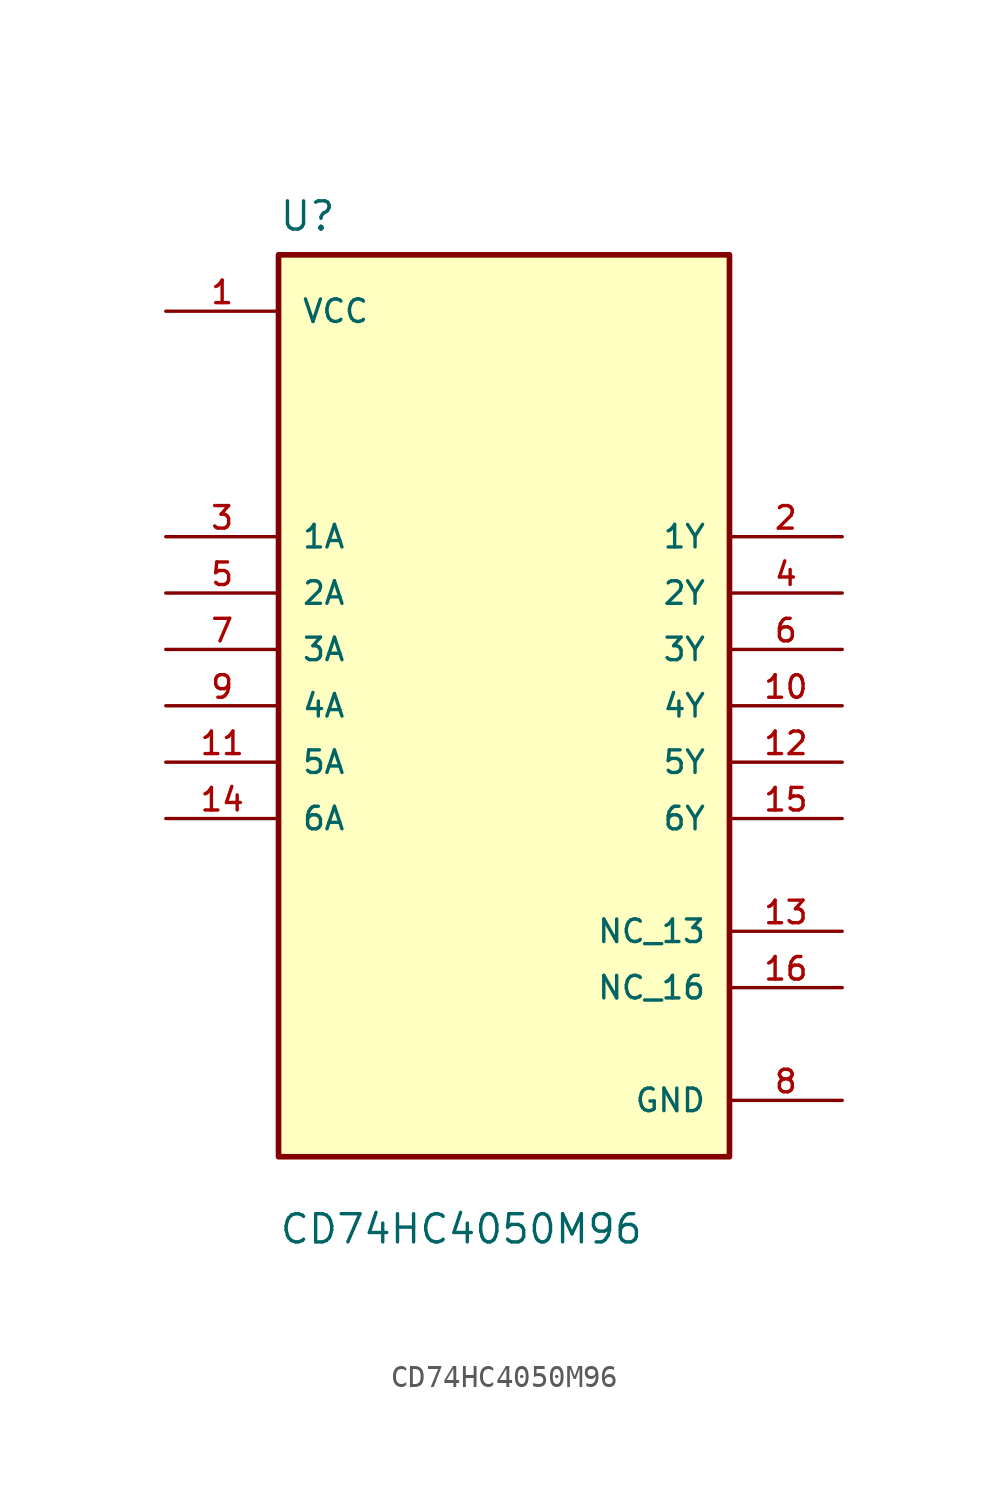
<source format=kicad_sym>
(kicad_symbol_lib
  (version 20211014)
  (generator kicad_symbol_editor)
  (symbol "CD74HC4050M96"
    (pin_names
      (offset 1.016))
    (property "Reference" "U"
      (at -10.16 21.32 0.0)
      (effects (font (size 1.27 1.27)) (justify bottom left)))
    (property "Value" "CD74HC4050M96"
      (at -10.16 -24.32 0.0)
      (effects (font (size 1.27 1.27)) (justify bottom left)))
    (symbol "CD74HC4050M96_0_0"
      (rectangle (start -10.16 -20.32) (end 10.16 20.32) (stroke (width 0.254)) (fill (type background)))
      (pin input line (at -15.24 7.62 0) (length 5.08) (name "1A" (effects (font (size 1.016 1.016)))) (number "3" (effects (font (size 1.016 1.016)))))
      (pin input line (at -15.24 5.08 0) (length 5.08) (name "2A" (effects (font (size 1.016 1.016)))) (number "5" (effects (font (size 1.016 1.016)))))
      (pin input line (at -15.24 2.54 0) (length 5.08) (name "3A" (effects (font (size 1.016 1.016)))) (number "7" (effects (font (size 1.016 1.016)))))
      (pin input line (at -15.24 0.0 0) (length 5.08) (name "4A" (effects (font (size 1.016 1.016)))) (number "9" (effects (font (size 1.016 1.016)))))
      (pin input line (at -15.24 -2.54 0) (length 5.08) (name "5A" (effects (font (size 1.016 1.016)))) (number "11" (effects (font (size 1.016 1.016)))))
      (pin input line (at -15.24 -5.08 0) (length 5.08) (name "6A" (effects (font (size 1.016 1.016)))) (number "14" (effects (font (size 1.016 1.016)))))
      (pin power_in line (at -15.24 17.78 0) (length 5.08) (name "VCC" (effects (font (size 1.016 1.016)))) (number "1" (effects (font (size 1.016 1.016)))))
      (pin output line (at 15.24 7.62 180.0) (length 5.08) (name "1Y" (effects (font (size 1.016 1.016)))) (number "2" (effects (font (size 1.016 1.016)))))
      (pin output line (at 15.24 5.08 180.0) (length 5.08) (name "2Y" (effects (font (size 1.016 1.016)))) (number "4" (effects (font (size 1.016 1.016)))))
      (pin output line (at 15.24 2.54 180.0) (length 5.08) (name "3Y" (effects (font (size 1.016 1.016)))) (number "6" (effects (font (size 1.016 1.016)))))
      (pin output line (at 15.24 0.0 180.0) (length 5.08) (name "4Y" (effects (font (size 1.016 1.016)))) (number "10" (effects (font (size 1.016 1.016)))))
      (pin output line (at 15.24 -2.54 180.0) (length 5.08) (name "5Y" (effects (font (size 1.016 1.016)))) (number "12" (effects (font (size 1.016 1.016)))))
      (pin output line (at 15.24 -5.08 180.0) (length 5.08) (name "6Y" (effects (font (size 1.016 1.016)))) (number "15" (effects (font (size 1.016 1.016)))))
      (pin power_in line (at 15.24 -17.78 180.0) (length 5.08) (name "GND" (effects (font (size 1.016 1.016)))) (number "8" (effects (font (size 1.016 1.016)))))
      (pin passive line (at 15.24 -10.16 180.0) (length 5.08) (name "NC_13" (effects (font (size 1.016 1.016)))) (number "13" (effects (font (size 1.016 1.016)))))
      (pin passive line (at 15.24 -12.7 180.0) (length 5.08) (name "NC_16" (effects (font (size 1.016 1.016)))) (number "16" (effects (font (size 1.016 1.016))))))))
</source>
